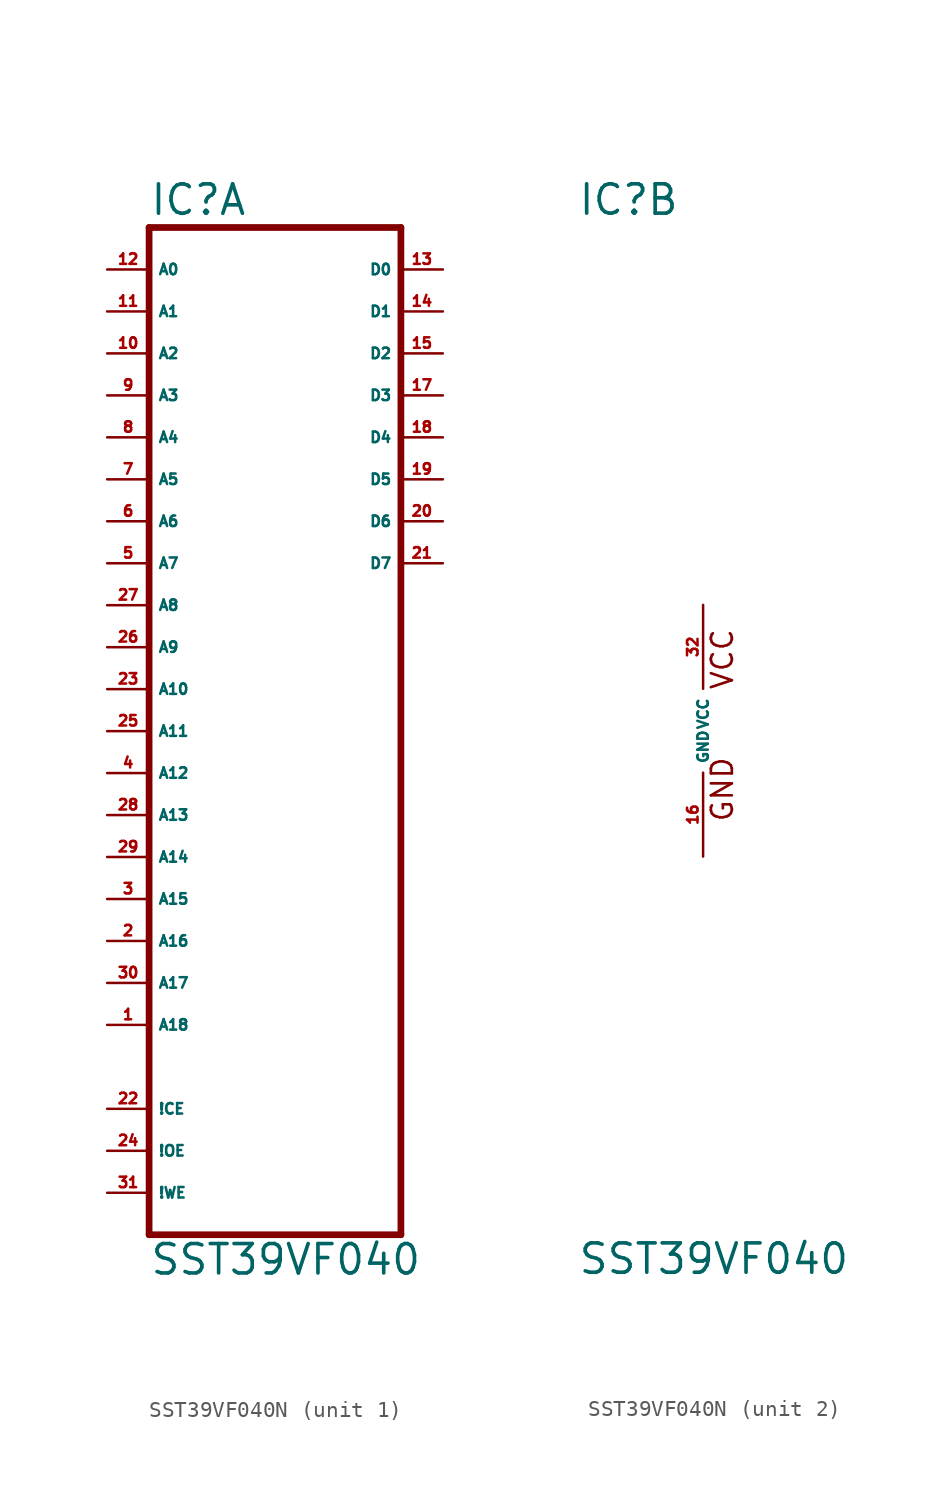
<source format=kicad_sym>
(kicad_symbol_lib
  (version 20220914)
  (generator Eagle2Kicad)
  (symbol "SST39VF040N"
    (property "Reference" "IC"
      (at -7.62 31.115 0)
      (effects (font (size 1.778 1.778) (thickness 0.22)) (justify left bottom)))
    (property "Value" "SST39VF040"
      (at -7.62 -33.02 0)
      (effects (font (size 1.778 1.778) (thickness 0.22)) (justify left bottom)))
    (symbol "SST39VF040N_1_0"
      (polyline (pts (xy -7.62 -30.48) (xy 7.62 -30.48)) (stroke (width 0.406) (type default)) (fill (type none)))
      (polyline (pts (xy 7.62 -30.48) (xy 7.62 30.48)) (stroke (width 0.406) (type default)) (fill (type none)))
      (polyline (pts (xy 7.62 30.48) (xy -7.62 30.48)) (stroke (width 0.406) (type default)) (fill (type none)))
      (polyline (pts (xy -7.62 30.48) (xy -7.62 -30.48)) (stroke (width 0.406) (type default)) (fill (type none)))
      (pin input line (at -10.16 10.16 0) (length 2.54) (name "A7" (effects (font (size 0.635 0.635) (thickness 0.08)) (justify left bottom))) (number "5" (effects (font (size 0.635 0.635) (thickness 0.08)) (justify left bottom))))
      (pin input line (at -10.16 12.7 0) (length 2.54) (name "A6" (effects (font (size 0.635 0.635) (thickness 0.08)) (justify left bottom))) (number "6" (effects (font (size 0.635 0.635) (thickness 0.08)) (justify left bottom))))
      (pin input line (at -10.16 15.24 0) (length 2.54) (name "A5" (effects (font (size 0.635 0.635) (thickness 0.08)) (justify left bottom))) (number "7" (effects (font (size 0.635 0.635) (thickness 0.08)) (justify left bottom))))
      (pin input line (at -10.16 17.78 0) (length 2.54) (name "A4" (effects (font (size 0.635 0.635) (thickness 0.08)) (justify left bottom))) (number "8" (effects (font (size 0.635 0.635) (thickness 0.08)) (justify left bottom))))
      (pin input line (at -10.16 20.32 0) (length 2.54) (name "A3" (effects (font (size 0.635 0.635) (thickness 0.08)) (justify left bottom))) (number "9" (effects (font (size 0.635 0.635) (thickness 0.08)) (justify left bottom))))
      (pin input line (at -10.16 22.86 0) (length 2.54) (name "A2" (effects (font (size 0.635 0.635) (thickness 0.08)) (justify left bottom))) (number "10" (effects (font (size 0.635 0.635) (thickness 0.08)) (justify left bottom))))
      (pin input line (at -10.16 25.4 0) (length 2.54) (name "A1" (effects (font (size 0.635 0.635) (thickness 0.08)) (justify left bottom))) (number "11" (effects (font (size 0.635 0.635) (thickness 0.08)) (justify left bottom))))
      (pin input line (at -10.16 27.94 0) (length 2.54) (name "A0" (effects (font (size 0.635 0.635) (thickness 0.08)) (justify left bottom))) (number "12" (effects (font (size 0.635 0.635) (thickness 0.08)) (justify left bottom))))
      (pin bidirectional line (at 10.16 27.94 180) (length 2.54) (name "D0" (effects (font (size 0.635 0.635) (thickness 0.08)) (justify left bottom))) (number "13" (effects (font (size 0.635 0.635) (thickness 0.08)) (justify left bottom))))
      (pin bidirectional line (at 10.16 25.4 180) (length 2.54) (name "D1" (effects (font (size 0.635 0.635) (thickness 0.08)) (justify left bottom))) (number "14" (effects (font (size 0.635 0.635) (thickness 0.08)) (justify left bottom))))
      (pin bidirectional line (at 10.16 22.86 180) (length 2.54) (name "D2" (effects (font (size 0.635 0.635) (thickness 0.08)) (justify left bottom))) (number "15" (effects (font (size 0.635 0.635) (thickness 0.08)) (justify left bottom))))
      (pin bidirectional line (at 10.16 20.32 180) (length 2.54) (name "D3" (effects (font (size 0.635 0.635) (thickness 0.08)) (justify left bottom))) (number "17" (effects (font (size 0.635 0.635) (thickness 0.08)) (justify left bottom))))
      (pin bidirectional line (at 10.16 17.78 180) (length 2.54) (name "D4" (effects (font (size 0.635 0.635) (thickness 0.08)) (justify left bottom))) (number "18" (effects (font (size 0.635 0.635) (thickness 0.08)) (justify left bottom))))
      (pin bidirectional line (at 10.16 15.24 180) (length 2.54) (name "D5" (effects (font (size 0.635 0.635) (thickness 0.08)) (justify left bottom))) (number "19" (effects (font (size 0.635 0.635) (thickness 0.08)) (justify left bottom))))
      (pin bidirectional line (at 10.16 12.7 180) (length 2.54) (name "D6" (effects (font (size 0.635 0.635) (thickness 0.08)) (justify left bottom))) (number "20" (effects (font (size 0.635 0.635) (thickness 0.08)) (justify left bottom))))
      (pin bidirectional line (at 10.16 10.16 180) (length 2.54) (name "D7" (effects (font (size 0.635 0.635) (thickness 0.08)) (justify left bottom))) (number "21" (effects (font (size 0.635 0.635) (thickness 0.08)) (justify left bottom))))
      (pin input line (at -10.16 -22.86 0) (length 2.54) (name "!CE" (effects (font (size 0.635 0.635) (thickness 0.08)) (justify left bottom))) (number "22" (effects (font (size 0.635 0.635) (thickness 0.08)) (justify left bottom))))
      (pin input line (at -10.16 2.54 0) (length 2.54) (name "A10" (effects (font (size 0.635 0.635) (thickness 0.08)) (justify left bottom))) (number "23" (effects (font (size 0.635 0.635) (thickness 0.08)) (justify left bottom))))
      (pin input line (at -10.16 -25.4 0) (length 2.54) (name "!OE" (effects (font (size 0.635 0.635) (thickness 0.08)) (justify left bottom))) (number "24" (effects (font (size 0.635 0.635) (thickness 0.08)) (justify left bottom))))
      (pin input line (at -10.16 -27.94 0) (length 2.54) (name "!WE" (effects (font (size 0.635 0.635) (thickness 0.08)) (justify left bottom))) (number "31" (effects (font (size 0.635 0.635) (thickness 0.08)) (justify left bottom))))
      (pin input line (at -10.16 5.08 0) (length 2.54) (name "A9" (effects (font (size 0.635 0.635) (thickness 0.08)) (justify left bottom))) (number "26" (effects (font (size 0.635 0.635) (thickness 0.08)) (justify left bottom))))
      (pin input line (at -10.16 7.62 0) (length 2.54) (name "A8" (effects (font (size 0.635 0.635) (thickness 0.08)) (justify left bottom))) (number "27" (effects (font (size 0.635 0.635) (thickness 0.08)) (justify left bottom))))
      (pin input line (at -10.16 0 0) (length 2.54) (name "A11" (effects (font (size 0.635 0.635) (thickness 0.08)) (justify left bottom))) (number "25" (effects (font (size 0.635 0.635) (thickness 0.08)) (justify left bottom))))
      (pin input line (at -10.16 -2.54 0) (length 2.54) (name "A12" (effects (font (size 0.635 0.635) (thickness 0.08)) (justify left bottom))) (number "4" (effects (font (size 0.635 0.635) (thickness 0.08)) (justify left bottom))))
      (pin input line (at -10.16 -5.08 0) (length 2.54) (name "A13" (effects (font (size 0.635 0.635) (thickness 0.08)) (justify left bottom))) (number "28" (effects (font (size 0.635 0.635) (thickness 0.08)) (justify left bottom))))
      (pin input line (at -10.16 -7.62 0) (length 2.54) (name "A14" (effects (font (size 0.635 0.635) (thickness 0.08)) (justify left bottom))) (number "29" (effects (font (size 0.635 0.635) (thickness 0.08)) (justify left bottom))))
      (pin input line (at -10.16 -10.16 0) (length 2.54) (name "A15" (effects (font (size 0.635 0.635) (thickness 0.08)) (justify left bottom))) (number "3" (effects (font (size 0.635 0.635) (thickness 0.08)) (justify left bottom))))
      (pin input line (at -10.16 -12.7 0) (length 2.54) (name "A16" (effects (font (size 0.635 0.635) (thickness 0.08)) (justify left bottom))) (number "2" (effects (font (size 0.635 0.635) (thickness 0.08)) (justify left bottom))))
      (pin input line (at -10.16 -15.24 0) (length 2.54) (name "A17" (effects (font (size 0.635 0.635) (thickness 0.08)) (justify left bottom))) (number "30" (effects (font (size 0.635 0.635) (thickness 0.08)) (justify left bottom))))
      (pin input line (at -10.16 -17.78 0) (length 2.54) (name "A18" (effects (font (size 0.635 0.635) (thickness 0.08)) (justify left bottom))) (number "1" (effects (font (size 0.635 0.635) (thickness 0.08)) (justify left bottom)))))
    (symbol "SST39VF040N_2_0"
      (text "GND" (at 1.905 -5.588 900) (effects (font (size 1.27 1.27) (thickness 0.16)) (justify left bottom)))
      (text "VCC" (at 1.905 2.413 900) (effects (font (size 1.27 1.27) (thickness 0.16)) (justify left bottom)))
      (pin unspecified line (at 0 -7.62 90) (length 5.08) (name "GND" (effects (font (size 0.635 0.635) (thickness 0.08)) (justify left bottom))) (number "16" (effects (font (size 0.635 0.635) (thickness 0.08)) (justify left bottom))))
      (pin unspecified line (at 0 7.62 270) (length 5.08) (name "VCC" (effects (font (size 0.635 0.635) (thickness 0.08)) (justify left bottom))) (number "32" (effects (font (size 0.635 0.635) (thickness 0.08)) (justify left bottom)))))))
</source>
